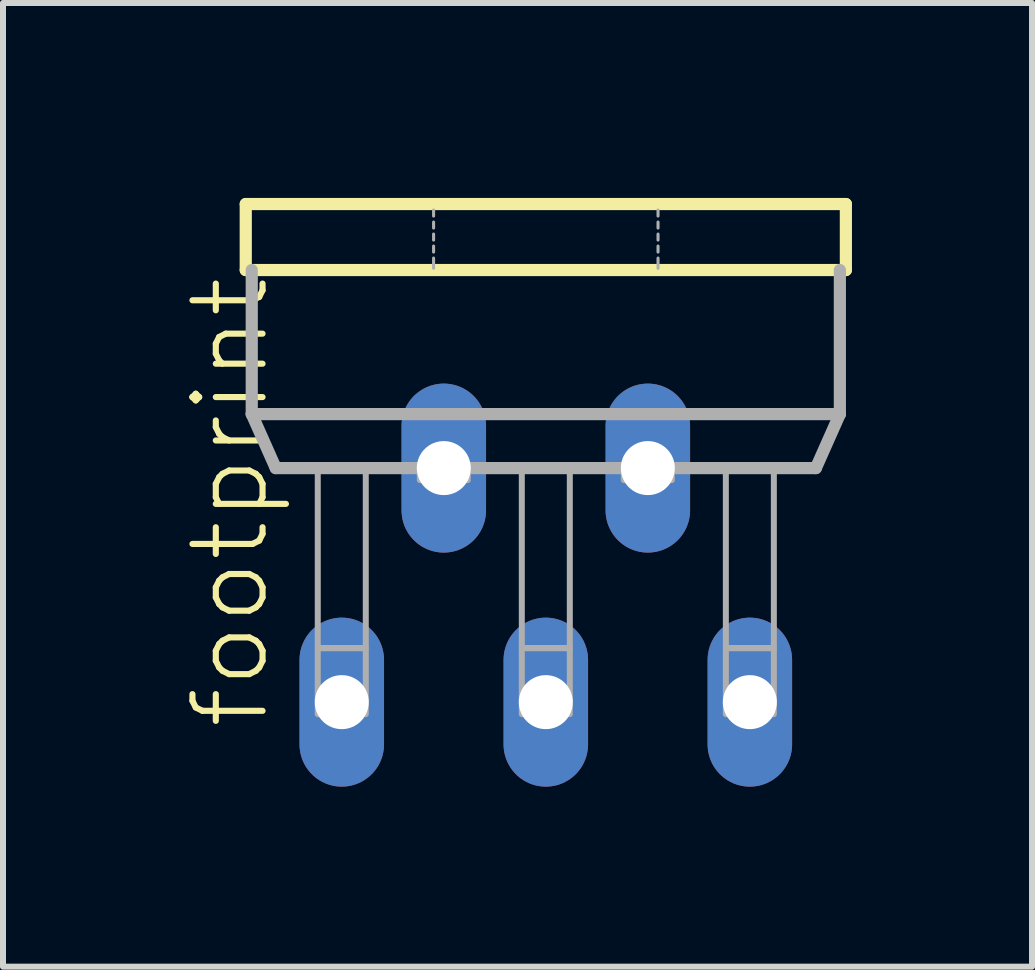
<source format=kicad_pcb>
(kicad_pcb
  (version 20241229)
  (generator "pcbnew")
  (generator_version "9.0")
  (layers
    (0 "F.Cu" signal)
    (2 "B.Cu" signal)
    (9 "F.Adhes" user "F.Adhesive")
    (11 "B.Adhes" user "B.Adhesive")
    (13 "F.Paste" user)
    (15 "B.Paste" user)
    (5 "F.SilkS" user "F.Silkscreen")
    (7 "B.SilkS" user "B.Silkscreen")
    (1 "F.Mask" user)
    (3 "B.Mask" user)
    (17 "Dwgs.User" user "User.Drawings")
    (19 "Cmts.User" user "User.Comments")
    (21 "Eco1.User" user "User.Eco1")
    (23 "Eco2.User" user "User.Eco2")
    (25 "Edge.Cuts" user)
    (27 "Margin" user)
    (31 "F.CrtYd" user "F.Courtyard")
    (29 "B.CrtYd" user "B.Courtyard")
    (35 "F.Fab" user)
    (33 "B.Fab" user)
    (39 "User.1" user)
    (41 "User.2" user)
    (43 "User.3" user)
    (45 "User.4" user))
  (footprint "footprint"
    (layer "F.Cu")
    (at 6.045 0.25)
    (property "Reference" "footprint" (at -4.572 8.89 90) (layer "F.SilkS") (effects (font (size 1.168 1.168) (thickness 0.102)) (justify left bottom)))
    (fp_line (start -5 0.1) (end -5 1.2) (stroke (width 0.203) (type solid)) (layer "F.SilkS"))
    (fp_line (start -5 1.2) (end 5 1.2) (stroke (width 0.203) (type solid)) (layer "F.SilkS"))
    (fp_line (start 5 0.1) (end -5 0.1) (stroke (width 0.203) (type solid)) (layer "F.SilkS"))
    (fp_line (start 5 1.2) (end 5 0.1) (stroke (width 0.203) (type solid)) (layer "F.SilkS"))
    (fp_line (start -4.9 1.2) (end -4.9 3.6) (stroke (width 0.203) (type solid)) (layer "F.Fab"))
    (fp_line (start -4.9 3.6) (end -4.5 4.5) (stroke (width 0.203) (type solid)) (layer "F.Fab"))
    (fp_line (start -4.9 3.6) (end 4.9 3.6) (stroke (width 0.203) (type solid)) (layer "F.Fab"))
    (fp_line (start -4.5 4.5) (end 4.5 4.5) (stroke (width 0.203) (type solid)) (layer "F.Fab"))
    (fp_line (start -1.87 0.2) (end -1.87 0.3) (stroke (width 0.051) (type solid)) (layer "F.Fab"))
    (fp_line (start -1.87 0.4) (end -1.87 0.5) (stroke (width 0.051) (type solid)) (layer "F.Fab"))
    (fp_line (start -1.87 0.6) (end -1.87 0.7) (stroke (width 0.051) (type solid)) (layer "F.Fab"))
    (fp_line (start -1.87 0.8) (end -1.87 0.9) (stroke (width 0.051) (type solid)) (layer "F.Fab"))
    (fp_line (start -1.87 1) (end -1.87 1.17) (stroke (width 0.051) (type solid)) (layer "F.Fab"))
    (fp_line (start 1.87 0.3) (end 1.87 0.2) (stroke (width 0.051) (type solid)) (layer "F.Fab"))
    (fp_line (start 1.87 0.5) (end 1.87 0.4) (stroke (width 0.051) (type solid)) (layer "F.Fab"))
    (fp_line (start 1.87 0.7) (end 1.87 0.6) (stroke (width 0.051) (type solid)) (layer "F.Fab"))
    (fp_line (start 1.87 0.9) (end 1.87 0.8) (stroke (width 0.051) (type solid)) (layer "F.Fab"))
    (fp_line (start 1.87 1.17) (end 1.87 1) (stroke (width 0.051) (type solid)) (layer "F.Fab"))
    (fp_line (start 4.5 4.5) (end 4.9 3.6) (stroke (width 0.203) (type solid)) (layer "F.Fab"))
    (fp_line (start 4.9 3.6) (end 4.9 1.2) (stroke (width 0.203) (type solid)) (layer "F.Fab"))
    (fp_poly (pts (xy -3.8 7.5) (xy -3 7.5) (xy -3 4.5) (xy -3.8 4.5)) (stroke (width 0.1) (type solid)) (fill no) (layer "F.Fab"))
    (fp_poly (pts (xy -3.8 8.6) (xy -3 8.6) (xy -3 7.5) (xy -3.8 7.5)) (stroke (width 0.1) (type solid)) (fill no) (layer "F.Fab"))
    (fp_poly (pts (xy -2.1 4.7) (xy -1.3 4.7) (xy -1.3 4.5) (xy -2.1 4.5)) (stroke (width 0.1) (type solid)) (fill no) (layer "F.Fab"))
    (fp_poly (pts (xy -0.4 7.5) (xy 0.4 7.5) (xy 0.4 4.5) (xy -0.4 4.5)) (stroke (width 0.1) (type solid)) (fill no) (layer "F.Fab"))
    (fp_poly (pts (xy -0.4 8.6) (xy 0.4 8.6) (xy 0.4 7.5) (xy -0.4 7.5)) (stroke (width 0.1) (type solid)) (fill no) (layer "F.Fab"))
    (fp_poly (pts (xy 1.3 4.7) (xy 2.1 4.7) (xy 2.1 4.5) (xy 1.3 4.5)) (stroke (width 0.1) (type solid)) (fill no) (layer "F.Fab"))
    (fp_poly (pts (xy 3 7.5) (xy 3.8 7.5) (xy 3.8 4.5) (xy 3 4.5)) (stroke (width 0.1) (type solid)) (fill no) (layer "F.Fab"))
    (fp_poly (pts (xy 3 8.6) (xy 3.8 8.6) (xy 3.8 7.5) (xy 3 7.5)) (stroke (width 0.1) (type solid)) (fill no) (layer "F.Fab"))
    (pad "1" thru_hole oval (at -3.4 8.4 90) (size 2.816 1.408) (drill 0.9) (layers "*.Cu" "*.Mask"))
    (pad "2" thru_hole oval (at -1.7 4.5 90) (size 2.816 1.408) (drill 0.9) (layers "*.Cu" "*.Mask"))
    (pad "3" thru_hole oval (at 0 8.4 90) (size 2.816 1.408) (drill 0.9) (layers "*.Cu" "*.Mask"))
    (pad "4" thru_hole oval (at 1.7 4.5 90) (size 2.816 1.408) (drill 0.9) (layers "*.Cu" "*.Mask"))
    (pad "5" thru_hole oval (at 3.4 8.4 90) (size 2.816 1.408) (drill 0.9) (layers "*.Cu" "*.Mask")))
  (gr_rect
    (start -3 -3)
    (end 14.147 13.058)
    (stroke (width 0.1) (type default))
    (fill no)
    (layer "Edge.Cuts")))
</source>
